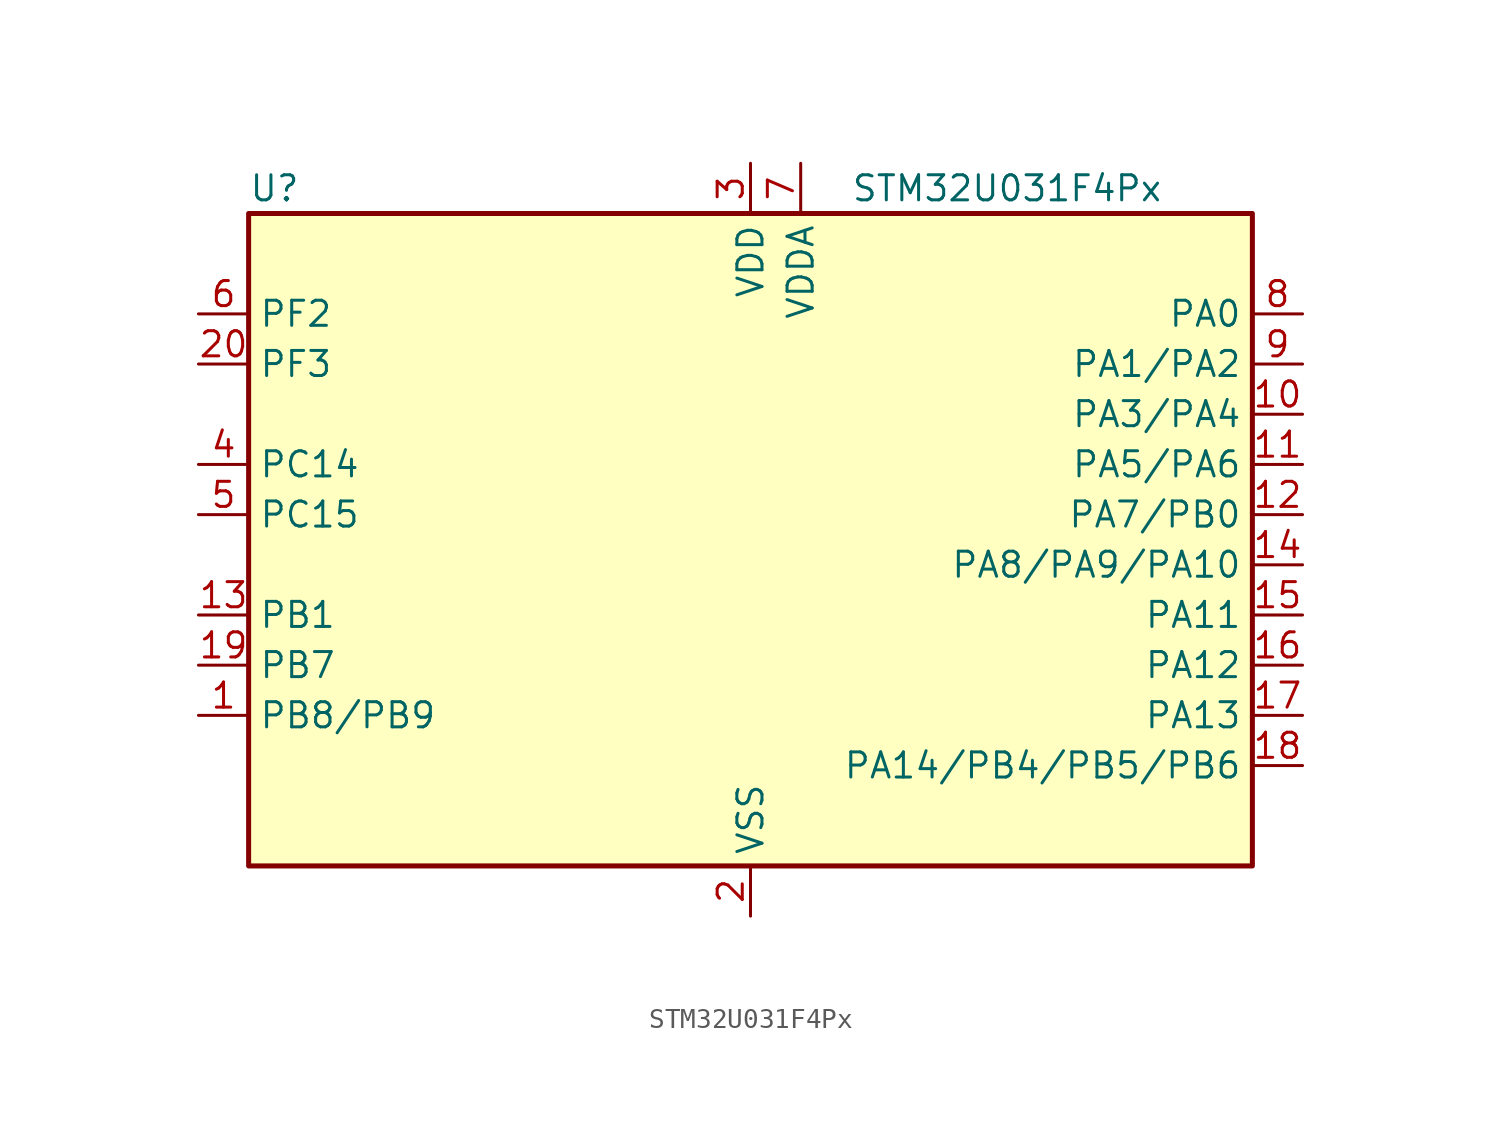
<source format=kicad_sym>
(kicad_symbol_lib
  (version 20241209)
  (generator "kicad_symbol_editor")
  (generator_version "9.0")
  (symbol "STM32U031F4Px"
    (property "Reference" "U"
      (at -25.4 19.05 0)
      (effects (font (size 1.27 1.27)) (justify left)))
    (property "Value" "STM32U031F4Px"
      (at 5.08 19.05 0)
      (effects (font (size 1.27 1.27)) (justify left)))
    (symbol "STM32U031F4Px_0_1"
      (rectangle (start -25.4 -15.24) (end 25.4 17.78) (stroke (width 0.254) (type default)) (fill (type background))))
    (symbol "STM32U031F4Px_1_1"
      (pin bidirectional line (at -27.94 12.7 0) (length 2.54) (name "PF2" (effects (font (size 1.27 1.27)))) (number "6" (effects (font (size 1.27 1.27)))) (alternate "RCC_MCO" bidirectional line))
      (pin bidirectional line (at -27.94 10.16 0) (length 2.54) (name "PF3" (effects (font (size 1.27 1.27)))) (number "20" (effects (font (size 1.27 1.27)))))
      (pin bidirectional line (at -27.94 5.08 0) (length 2.54) (name "PC14" (effects (font (size 1.27 1.27)))) (number "4" (effects (font (size 1.27 1.27)))) (alternate "RCC_OSC32_IN" bidirectional line))
      (pin bidirectional line (at -27.94 2.54 0) (length 2.54) (name "PC15" (effects (font (size 1.27 1.27)))) (number "5" (effects (font (size 1.27 1.27)))) (alternate "RCC_OSC32_EN" bidirectional line) (alternate "RCC_OSC32_OUT" bidirectional line) (alternate "RCC_OSC_EN" bidirectional line))
      (pin bidirectional line (at -27.94 -2.54 0) (length 2.54) (name "PB1" (effects (font (size 1.27 1.27)))) (number "13" (effects (font (size 1.27 1.27)))) (alternate "ADC1_IN18" bidirectional line) (alternate "COMP1_INM" bidirectional line) (alternate "LPTIM2_IN1" bidirectional line) (alternate "LPUART1_DE" bidirectional line) (alternate "LPUART1_RTS" bidirectional line) (alternate "LPUART2_DE" bidirectional line) (alternate "LPUART2_RTS" bidirectional line) (alternate "TIM1_CH3N" bidirectional line) (alternate "TIM3_CH4" bidirectional line) (alternate "TSC_SYNC" bidirectional line) (alternate "USART3_DE" bidirectional line) (alternate "USART3_RTS" bidirectional line))
      (pin bidirectional line (at -27.94 -5.08 0) (length 2.54) (name "PB7" (effects (font (size 1.27 1.27)))) (number "19" (effects (font (size 1.27 1.27)))) (alternate "I2C1_SDA" bidirectional line) (alternate "I2C2_SDA" bidirectional line) (alternate "LPTIM1_IN2" bidirectional line) (alternate "LPUART2_RX" bidirectional line) (alternate "TSC_G2_IO4" bidirectional line) (alternate "USART1_RX" bidirectional line) (alternate "USART4_CTS" bidirectional line))
      (pin bidirectional line (at -27.94 -7.62 0) (length 2.54) (name "PB8/PB9" (effects (font (size 1.27 1.27)))) (number "1" (effects (font (size 1.27 1.27)))) (alternate "DAC1_EXTI9 (PB9)" bidirectional line) (alternate "I2C1_SCL (PB8)" bidirectional line) (alternate "I2C1_SDA (PB9)" bidirectional line) (alternate "I2C2_SCL (PB8)" bidirectional line) (alternate "I2C2_SDA (PB9)" bidirectional line) (alternate "IR_OUT (PB9)" bidirectional line) (alternate "LPTIM1_CH4 (PB9)" bidirectional line) (alternate "LPTIM1_IN2 (PB8)" bidirectional line) (alternate "PB8" bidirectional line) (alternate "PB9" bidirectional line) (alternate "SPI2_NSS (PB9)" bidirectional line) (alternate "TIM16_CH1 (PB8)" bidirectional line) (alternate "USART3_RX (PB9)" bidirectional line) (alternate "USART3_TX (PB8)" bidirectional line))
      (pin power_in line (at 0 20.32 270) (length 2.54) (name "VDD" (effects (font (size 1.27 1.27)))) (number "3" (effects (font (size 1.27 1.27)))))
      (pin power_in line (at 0 -17.78 90) (length 2.54) (name "VSS" (effects (font (size 1.27 1.27)))) (number "2" (effects (font (size 1.27 1.27)))))
      (pin power_in line (at 2.54 20.32 270) (length 2.54) (name "VDDA" (effects (font (size 1.27 1.27)))) (number "7" (effects (font (size 1.27 1.27)))))
      (pin bidirectional line (at 27.94 12.7 180) (length 2.54) (name "PA0" (effects (font (size 1.27 1.27)))) (number "8" (effects (font (size 1.27 1.27)))) (alternate "ADC1_IN4" bidirectional line) (alternate "COMP1_INM" bidirectional line) (alternate "COMP1_OUT" bidirectional line) (alternate "OPAMP1_VINP" bidirectional line) (alternate "PWR_WKUP1" bidirectional line) (alternate "TAMP_IN2" bidirectional line) (alternate "TIM2_CH1" bidirectional line) (alternate "TIM2_ETR" bidirectional line) (alternate "USART2_CTS" bidirectional line) (alternate "USART4_TX" bidirectional line))
      (pin bidirectional line (at 27.94 10.16 180) (length 2.54) (name "PA1/PA2" (effects (font (size 1.27 1.27)))) (number "9" (effects (font (size 1.27 1.27)))) (alternate "ADC1_IN5 (PA1)" bidirectional line) (alternate "ADC1_IN6 (PA2)" bidirectional line) (alternate "COMP1_INP (PA1)" bidirectional line) (alternate "LPTIM1_CH2 (PA1)" bidirectional line) (alternate "LPUART1_TX (PA2)" bidirectional line) (alternate "OPAMP1_VINM (PA1)" bidirectional line) (alternate "PA1" bidirectional line) (alternate "PA2" bidirectional line) (alternate "PWR_WKUP3 (PA1)" bidirectional line) (alternate "PWR_WKUP4 (PA2)" bidirectional line) (alternate "RCC_LSCO (PA2)" bidirectional line) (alternate "SPI1_SCK (PA1)" bidirectional line) (alternate "SPI2_SCK (PA1)" bidirectional line) (alternate "TAMP_IN5 (PA1)" bidirectional line) (alternate "TIM15_CH1 (PA2)" bidirectional line) (alternate "TIM15_CH1N (PA1)" bidirectional line) (alternate "TIM2_CH2 (PA1)" bidirectional line) (alternate "TIM2_CH3 (PA2)" bidirectional line) (alternate "USART2_DE (PA1)" bidirectional line) (alternate "USART2_RTS (PA1)" bidirectional line) (alternate "USART2_TX (PA2)" bidirectional line) (alternate "USART4_RX (PA1)" bidirectional line))
      (pin bidirectional line (at 27.94 7.62 180) (length 2.54) (name "PA3/PA4" (effects (font (size 1.27 1.27)))) (number "10" (effects (font (size 1.27 1.27)))) (alternate "ADC1_IN7 (PA3)" bidirectional line) (alternate "ADC1_IN8 (PA4)" bidirectional line) (alternate "COMP1_INM (PA4)" bidirectional line) (alternate "DAC1_OUT1 (PA4)" bidirectional line) (alternate "LPTIM2_CH1 (PA4)" bidirectional line) (alternate "LPUART1_RX (PA3)" bidirectional line) (alternate "OPAMP1_VOUT (PA3)" bidirectional line) (alternate "PA3" bidirectional line) (alternate "PA4" bidirectional line) (alternate "SPI1_NSS (PA4)" bidirectional line) (alternate "TIM15_CH2 (PA3)" bidirectional line) (alternate "TIM2_CH4 (PA3)" bidirectional line) (alternate "USART2_CK (PA4)" bidirectional line) (alternate "USART2_RX (PA3)" bidirectional line))
      (pin bidirectional line (at 27.94 5.08 180) (length 2.54) (name "PA5/PA6" (effects (font (size 1.27 1.27)))) (number "11" (effects (font (size 1.27 1.27)))) (alternate "ADC1_IN10 (PA6)" bidirectional line) (alternate "ADC1_IN9 (PA5)" bidirectional line) (alternate "COMP1_INM (PA5)" bidirectional line) (alternate "COMP1_OUT (PA6)" bidirectional line) (alternate "I2C2_SDA (PA6)" bidirectional line) (alternate "I2C3_SDA (PA6)" bidirectional line) (alternate "LPTIM2_ETR (PA5)" bidirectional line) (alternate "LPUART1_CTS (PA6)" bidirectional line) (alternate "PA5" bidirectional line) (alternate "PA6" bidirectional line) (alternate "SPI1_MISO (PA6)" bidirectional line) (alternate "SPI1_SCK (PA5)" bidirectional line) (alternate "TIM16_CH1 (PA6)" bidirectional line) (alternate "TIM1_BKIN (PA6)" bidirectional line) (alternate "TIM2_CH1 (PA5)" bidirectional line) (alternate "TIM2_ETR (PA5)" bidirectional line) (alternate "TIM3_CH1 (PA6)" bidirectional line) (alternate "TSC_G5_IO1 (PA6)" bidirectional line) (alternate "USART3_CTS (PA6)" bidirectional line) (alternate "USART3_TX (PA5)" bidirectional line))
      (pin bidirectional line (at 27.94 2.54 180) (length 2.54) (name "PA7/PB0" (effects (font (size 1.27 1.27)))) (number "12" (effects (font (size 1.27 1.27)))) (alternate "ADC1_IN14 (PA7)" bidirectional line) (alternate "ADC1_IN17 (PB0)" bidirectional line) (alternate "COMP1_OUT (PB0)" bidirectional line) (alternate "I2C2_SCL (PA7)" bidirectional line) (alternate "I2C3_SCL (PA7)" bidirectional line) (alternate "LPTIM2_CH2 (PA7)" bidirectional line) (alternate "LPUART2_CTS (PB0)" bidirectional line) (alternate "PA7" bidirectional line) (alternate "PB0" bidirectional line) (alternate "SPI1_MOSI (PA7)" bidirectional line) (alternate "SPI1_NSS (PB0)" bidirectional line) (alternate "TIM1_CH1N (PA7)" bidirectional line) (alternate "TIM1_CH2N (PB0)" bidirectional line) (alternate "TIM3_CH2 (PA7)" bidirectional line) (alternate "TIM3_CH3 (PB0)" bidirectional line) (alternate "TSC_G5_IO2 (PB0)" bidirectional line) (alternate "USART3_CK (PB0)" bidirectional line) (alternate "USART3_RX (PA7)" bidirectional line))
      (pin bidirectional line (at 27.94 0 180) (length 2.54) (name "PA8/PA9/PA10" (effects (font (size 1.27 1.27)))) (number "14" (effects (font (size 1.27 1.27)))) (alternate "COMP1_INP (PA9)" bidirectional line) (alternate "DAC1_EXTI9 (PA9)" bidirectional line) (alternate "I2C1_SCL (PA9)" bidirectional line) (alternate "I2C1_SDA (PA10)" bidirectional line) (alternate "I2C2_SCL (PA9)" bidirectional line) (alternate "I2C2_SDA (PA10)" bidirectional line) (alternate "LPTIM2_CH1 (PA8)" bidirectional line) (alternate "PA10" bidirectional line) (alternate "PA8" bidirectional line) (alternate "PA9" bidirectional line) (alternate "RCC_MCO (PA8)" bidirectional line) (alternate "RCC_MCO (PA9)" bidirectional line) (alternate "RCC_MCO2 (PA10)" bidirectional line) (alternate "RCC_MCO2 (PA8)" bidirectional line) (alternate "SPI2_NSS (PA10)" bidirectional line) (alternate "TIM15_BKIN (PA9)" bidirectional line) (alternate "TIM1_CH1 (PA8)" bidirectional line) (alternate "TIM1_CH2 (PA9)" bidirectional line) (alternate "TIM1_CH3 (PA10)" bidirectional line) (alternate "TSC_G7_IO1 (PA8)" bidirectional line) (alternate "TSC_G7_IO2 (PA9)" bidirectional line) (alternate "TSC_G7_IO3 (PA10)" bidirectional line) (alternate "USART1_CK (PA8)" bidirectional line) (alternate "USART1_RX (PA10)" bidirectional line) (alternate "USART1_TX (PA9)" bidirectional line))
      (pin bidirectional line (at 27.94 -2.54 180) (length 2.54) (name "PA11" (effects (font (size 1.27 1.27)))) (number "15" (effects (font (size 1.27 1.27)))) (alternate "ADC1_EXTI11" bidirectional line) (alternate "COMP1_OUT" bidirectional line) (alternate "SPI1_MISO" bidirectional line) (alternate "SPI2_MISO" bidirectional line) (alternate "TIM1_BKIN2" bidirectional line) (alternate "TIM1_CH4" bidirectional line) (alternate "USART1_CTS" bidirectional line))
      (pin bidirectional line (at 27.94 -5.08 180) (length 2.54) (name "PA12" (effects (font (size 1.27 1.27)))) (number "16" (effects (font (size 1.27 1.27)))) (alternate "SPI1_MOSI" bidirectional line) (alternate "SPI2_MOSI" bidirectional line) (alternate "TIM1_ETR" bidirectional line) (alternate "USART1_DE" bidirectional line) (alternate "USART1_RTS" bidirectional line))
      (pin bidirectional line (at 27.94 -7.62 180) (length 2.54) (name "PA13" (effects (font (size 1.27 1.27)))) (number "17" (effects (font (size 1.27 1.27)))) (alternate "DEBUG_JTMS-SWDIO" bidirectional line) (alternate "IR_OUT" bidirectional line) (alternate "TSC_G7_IO4" bidirectional line))
      (pin bidirectional line (at 27.94 -10.16 180) (length 2.54) (name "PA14/PB4/PB5/PB6" (effects (font (size 1.27 1.27)))) (number "18" (effects (font (size 1.27 1.27)))) (alternate "DEBUG_JTCK-SWCLK (PA14)" bidirectional line) (alternate "I2C1_SCL (PB6)" bidirectional line) (alternate "I2C2_SCL (PB6)" bidirectional line) (alternate "I2C2_SDA (PB4)" bidirectional line) (alternate "I2C3_SDA (PB4)" bidirectional line) (alternate "LPTIM1_CH1 (PA14)" bidirectional line) (alternate "LPTIM1_CH4 (PB4)" bidirectional line) (alternate "LPTIM1_ETR (PB6)" bidirectional line) (alternate "LPTIM1_IN1 (PB5)" bidirectional line) (alternate "LPUART2_TX (PB6)" bidirectional line) (alternate "PA14" bidirectional line) (alternate "PB4" bidirectional line) (alternate "PB5" bidirectional line) (alternate "PB6" bidirectional line) (alternate "SPI1_MISO (PB4)" bidirectional line) (alternate "SPI1_MOSI (PB5)" bidirectional line) (alternate "TIM16_BKIN (PB5)" bidirectional line) (alternate "TIM16_CH1N (PB6)" bidirectional line) (alternate "TIM3_CH1 (PB4)" bidirectional line) (alternate "TIM3_CH2 (PB5)" bidirectional line) (alternate "TSC_G2_IO1 (PB4)" bidirectional line) (alternate "TSC_G2_IO2 (PB5)" bidirectional line) (alternate "TSC_G2_IO3 (PB6)" bidirectional line) (alternate "TSC_G3_IO4 (PA14)" bidirectional line) (alternate "USART1_CK (PB5)" bidirectional line) (alternate "USART1_CTS (PB4)" bidirectional line) (alternate "USART1_TX (PB6)" bidirectional line)))))
</source>
